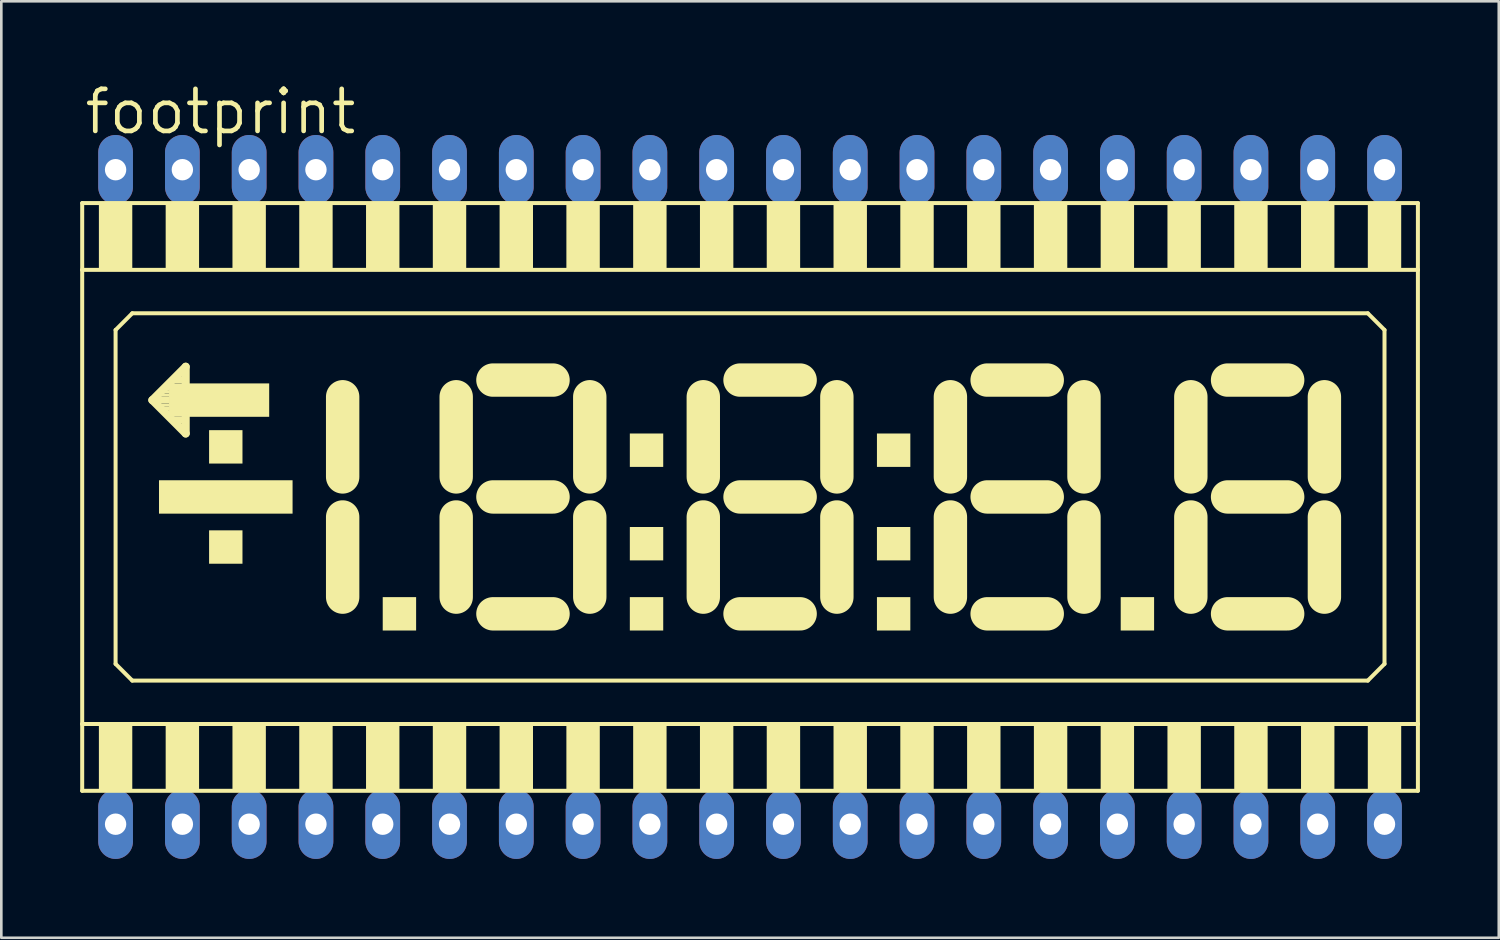
<source format=kicad_pcb>
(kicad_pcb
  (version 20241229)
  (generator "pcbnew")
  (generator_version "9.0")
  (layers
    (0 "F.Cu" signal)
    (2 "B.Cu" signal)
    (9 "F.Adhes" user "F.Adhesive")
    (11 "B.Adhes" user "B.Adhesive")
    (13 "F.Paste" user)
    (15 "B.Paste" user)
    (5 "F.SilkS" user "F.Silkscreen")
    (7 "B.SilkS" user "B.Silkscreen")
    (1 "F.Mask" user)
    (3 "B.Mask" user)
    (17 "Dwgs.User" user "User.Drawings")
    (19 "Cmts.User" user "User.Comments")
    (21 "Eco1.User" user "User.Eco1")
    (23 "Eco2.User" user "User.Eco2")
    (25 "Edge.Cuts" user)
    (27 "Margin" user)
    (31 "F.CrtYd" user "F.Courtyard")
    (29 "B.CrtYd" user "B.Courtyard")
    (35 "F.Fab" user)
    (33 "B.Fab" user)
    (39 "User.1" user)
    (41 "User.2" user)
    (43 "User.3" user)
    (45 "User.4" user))
  (footprint "footprint"
    (layer "F.Cu")
    (at 25.476 15.85)
    (property "Reference" "footprint" (at -25.4 -13.716 0) (layer "F.SilkS") (effects (font (size 1.6 1.6) (thickness 0.178)) (justify left bottom)))
    (fp_line (start -25.4 -11.176) (end -25.4 -8.636) (stroke (width 0.152) (type solid)) (layer "F.SilkS"))
    (fp_line (start -25.4 -8.636) (end -25.4 8.636) (stroke (width 0.152) (type solid)) (layer "F.SilkS"))
    (fp_line (start -25.4 -8.636) (end 25.4 -8.636) (stroke (width 0.152) (type solid)) (layer "F.SilkS"))
    (fp_line (start -25.4 8.636) (end -25.4 11.176) (stroke (width 0.152) (type solid)) (layer "F.SilkS"))
    (fp_line (start -25.4 11.176) (end 25.4 11.176) (stroke (width 0.152) (type solid)) (layer "F.SilkS"))
    (fp_line (start -24.13 -6.35) (end -24.13 6.35) (stroke (width 0.152) (type solid)) (layer "F.SilkS"))
    (fp_line (start -24.13 6.35) (end -23.495 6.985) (stroke (width 0.152) (type solid)) (layer "F.SilkS"))
    (fp_line (start -23.495 -6.985) (end -24.13 -6.35) (stroke (width 0.152) (type solid)) (layer "F.SilkS"))
    (fp_line (start -23.495 6.985) (end 23.495 6.985) (stroke (width 0.152) (type solid)) (layer "F.SilkS"))
    (fp_line (start -22.733 -3.683) (end -21.463 -4.953) (stroke (width 0.305) (type solid)) (layer "F.SilkS"))
    (fp_line (start -21.463 -4.953) (end -21.463 -2.413) (stroke (width 0.305) (type solid)) (layer "F.SilkS"))
    (fp_line (start -21.463 -2.413) (end -22.733 -3.683) (stroke (width 0.305) (type solid)) (layer "F.SilkS"))
    (fp_line (start -15.494 -0.762) (end -15.494 -3.81) (stroke (width 1.27) (type solid)) (layer "F.SilkS"))
    (fp_line (start -15.494 3.81) (end -15.494 0.762) (stroke (width 1.27) (type solid)) (layer "F.SilkS"))
    (fp_line (start -11.176 -3.81) (end -11.176 -0.762) (stroke (width 1.27) (type solid)) (layer "F.SilkS"))
    (fp_line (start -11.176 0.762) (end -11.176 3.81) (stroke (width 1.27) (type solid)) (layer "F.SilkS"))
    (fp_line (start -9.779 -4.445) (end -7.493 -4.445) (stroke (width 1.27) (type solid)) (layer "F.SilkS"))
    (fp_line (start -9.779 0) (end -7.493 0) (stroke (width 1.27) (type solid)) (layer "F.SilkS"))
    (fp_line (start -9.779 4.445) (end -7.493 4.445) (stroke (width 1.27) (type solid)) (layer "F.SilkS"))
    (fp_line (start -6.096 -0.762) (end -6.096 -3.81) (stroke (width 1.27) (type solid)) (layer "F.SilkS"))
    (fp_line (start -6.096 3.81) (end -6.096 0.762) (stroke (width 1.27) (type solid)) (layer "F.SilkS"))
    (fp_line (start -1.778 -3.81) (end -1.778 -0.762) (stroke (width 1.27) (type solid)) (layer "F.SilkS"))
    (fp_line (start -1.778 0.762) (end -1.778 3.81) (stroke (width 1.27) (type solid)) (layer "F.SilkS"))
    (fp_line (start -0.381 -4.445) (end 1.905 -4.445) (stroke (width 1.27) (type solid)) (layer "F.SilkS"))
    (fp_line (start -0.381 0) (end 1.905 0) (stroke (width 1.27) (type solid)) (layer "F.SilkS"))
    (fp_line (start -0.381 4.445) (end 1.905 4.445) (stroke (width 1.27) (type solid)) (layer "F.SilkS"))
    (fp_line (start 3.302 -0.762) (end 3.302 -3.81) (stroke (width 1.27) (type solid)) (layer "F.SilkS"))
    (fp_line (start 3.302 3.81) (end 3.302 0.762) (stroke (width 1.27) (type solid)) (layer "F.SilkS"))
    (fp_line (start 7.62 -3.81) (end 7.62 -0.762) (stroke (width 1.27) (type solid)) (layer "F.SilkS"))
    (fp_line (start 7.62 0.762) (end 7.62 3.81) (stroke (width 1.27) (type solid)) (layer "F.SilkS"))
    (fp_line (start 9.017 -4.445) (end 11.303 -4.445) (stroke (width 1.27) (type solid)) (layer "F.SilkS"))
    (fp_line (start 9.017 0) (end 11.303 0) (stroke (width 1.27) (type solid)) (layer "F.SilkS"))
    (fp_line (start 9.017 4.445) (end 11.303 4.445) (stroke (width 1.27) (type solid)) (layer "F.SilkS"))
    (fp_line (start 12.7 -0.762) (end 12.7 -3.81) (stroke (width 1.27) (type solid)) (layer "F.SilkS"))
    (fp_line (start 12.7 3.81) (end 12.7 0.762) (stroke (width 1.27) (type solid)) (layer "F.SilkS"))
    (fp_line (start 16.764 -3.81) (end 16.764 -0.762) (stroke (width 1.27) (type solid)) (layer "F.SilkS"))
    (fp_line (start 16.764 0.762) (end 16.764 3.81) (stroke (width 1.27) (type solid)) (layer "F.SilkS"))
    (fp_line (start 18.161 -4.445) (end 20.447 -4.445) (stroke (width 1.27) (type solid)) (layer "F.SilkS"))
    (fp_line (start 18.161 0) (end 20.447 0) (stroke (width 1.27) (type solid)) (layer "F.SilkS"))
    (fp_line (start 18.161 4.445) (end 20.447 4.445) (stroke (width 1.27) (type solid)) (layer "F.SilkS"))
    (fp_line (start 21.844 -0.762) (end 21.844 -3.81) (stroke (width 1.27) (type solid)) (layer "F.SilkS"))
    (fp_line (start 21.844 3.81) (end 21.844 0.762) (stroke (width 1.27) (type solid)) (layer "F.SilkS"))
    (fp_line (start 23.495 -6.985) (end -23.495 -6.985) (stroke (width 0.152) (type solid)) (layer "F.SilkS"))
    (fp_line (start 23.495 6.985) (end 24.13 6.35) (stroke (width 0.152) (type solid)) (layer "F.SilkS"))
    (fp_line (start 24.13 -6.35) (end 23.495 -6.985) (stroke (width 0.152) (type solid)) (layer "F.SilkS"))
    (fp_line (start 24.13 6.35) (end 24.13 -6.35) (stroke (width 0.152) (type solid)) (layer "F.SilkS"))
    (fp_line (start 25.4 -11.176) (end -25.4 -11.176) (stroke (width 0.152) (type solid)) (layer "F.SilkS"))
    (fp_line (start 25.4 -8.636) (end 25.4 -11.176) (stroke (width 0.152) (type solid)) (layer "F.SilkS"))
    (fp_line (start 25.4 8.636) (end -25.4 8.636) (stroke (width 0.152) (type solid)) (layer "F.SilkS"))
    (fp_line (start 25.4 8.636) (end 25.4 -8.636) (stroke (width 0.152) (type solid)) (layer "F.SilkS"))
    (fp_line (start 25.4 11.176) (end 25.4 8.636) (stroke (width 0.152) (type solid)) (layer "F.SilkS"))
    (fp_poly (pts (xy -24.765 -8.636) (xy -23.495 -8.636) (xy -23.495 -11.176) (xy -24.765 -11.176)) (stroke (width 0) (type solid)) (fill yes) (layer "F.SilkS"))
    (fp_poly (pts (xy -24.765 11.176) (xy -23.495 11.176) (xy -23.495 8.636) (xy -24.765 8.636)) (stroke (width 0) (type solid)) (fill yes) (layer "F.SilkS"))
    (fp_poly (pts (xy -22.606 -3.556) (xy -22.098 -3.556) (xy -22.098 -3.81) (xy -22.606 -3.81)) (stroke (width 0) (type solid)) (fill yes) (layer "F.SilkS"))
    (fp_poly (pts (xy -22.479 -3.81) (xy -22.098 -3.81) (xy -22.098 -3.937) (xy -22.479 -3.937)) (stroke (width 0) (type solid)) (fill yes) (layer "F.SilkS"))
    (fp_poly (pts (xy -22.479 -3.429) (xy -22.098 -3.429) (xy -22.098 -3.556) (xy -22.479 -3.556)) (stroke (width 0) (type solid)) (fill yes) (layer "F.SilkS"))
    (fp_poly (pts (xy -22.479 0.635) (xy -17.399 0.635) (xy -17.399 -0.635) (xy -22.479 -0.635)) (stroke (width 0) (type solid)) (fill yes) (layer "F.SilkS"))
    (fp_poly (pts (xy -22.352 -3.937) (xy -22.098 -3.937) (xy -22.098 -4.064) (xy -22.352 -4.064)) (stroke (width 0) (type solid)) (fill yes) (layer "F.SilkS"))
    (fp_poly (pts (xy -22.352 -3.302) (xy -22.098 -3.302) (xy -22.098 -3.429) (xy -22.352 -3.429)) (stroke (width 0) (type solid)) (fill yes) (layer "F.SilkS"))
    (fp_poly (pts (xy -22.225 -8.636) (xy -20.955 -8.636) (xy -20.955 -11.176) (xy -22.225 -11.176)) (stroke (width 0) (type solid)) (fill yes) (layer "F.SilkS"))
    (fp_poly (pts (xy -22.225 -4.064) (xy -22.098 -4.064) (xy -22.098 -4.191) (xy -22.225 -4.191)) (stroke (width 0) (type solid)) (fill yes) (layer "F.SilkS"))
    (fp_poly (pts (xy -22.225 -3.175) (xy -22.098 -3.175) (xy -22.098 -3.302) (xy -22.225 -3.302)) (stroke (width 0) (type solid)) (fill yes) (layer "F.SilkS"))
    (fp_poly (pts (xy -22.225 11.176) (xy -20.955 11.176) (xy -20.955 8.636) (xy -22.225 8.636)) (stroke (width 0) (type solid)) (fill yes) (layer "F.SilkS"))
    (fp_poly (pts (xy -22.098 -3.048) (xy -18.288 -3.048) (xy -18.288 -4.318) (xy -22.098 -4.318)) (stroke (width 0) (type solid)) (fill yes) (layer "F.SilkS"))
    (fp_poly (pts (xy -21.971 -4.318) (xy -21.463 -4.318) (xy -21.463 -4.572) (xy -21.971 -4.572)) (stroke (width 0) (type solid)) (fill yes) (layer "F.SilkS"))
    (fp_poly (pts (xy -21.971 -2.794) (xy -21.463 -2.794) (xy -21.463 -3.048) (xy -21.971 -3.048)) (stroke (width 0) (type solid)) (fill yes) (layer "F.SilkS"))
    (fp_poly (pts (xy -21.717 -4.572) (xy -21.463 -4.572) (xy -21.463 -4.699) (xy -21.717 -4.699)) (stroke (width 0) (type solid)) (fill yes) (layer "F.SilkS"))
    (fp_poly (pts (xy -21.717 -2.667) (xy -21.463 -2.667) (xy -21.463 -2.794) (xy -21.717 -2.794)) (stroke (width 0) (type solid)) (fill yes) (layer "F.SilkS"))
    (fp_poly (pts (xy -20.574 -1.27) (xy -19.304 -1.27) (xy -19.304 -2.54) (xy -20.574 -2.54)) (stroke (width 0) (type solid)) (fill yes) (layer "F.SilkS"))
    (fp_poly (pts (xy -20.574 2.54) (xy -19.304 2.54) (xy -19.304 1.27) (xy -20.574 1.27)) (stroke (width 0) (type solid)) (fill yes) (layer "F.SilkS"))
    (fp_poly (pts (xy -19.685 -8.636) (xy -18.415 -8.636) (xy -18.415 -11.176) (xy -19.685 -11.176)) (stroke (width 0) (type solid)) (fill yes) (layer "F.SilkS"))
    (fp_poly (pts (xy -19.685 11.176) (xy -18.415 11.176) (xy -18.415 8.636) (xy -19.685 8.636)) (stroke (width 0) (type solid)) (fill yes) (layer "F.SilkS"))
    (fp_poly (pts (xy -17.145 -8.636) (xy -15.875 -8.636) (xy -15.875 -11.176) (xy -17.145 -11.176)) (stroke (width 0) (type solid)) (fill yes) (layer "F.SilkS"))
    (fp_poly (pts (xy -17.145 11.176) (xy -15.875 11.176) (xy -15.875 8.636) (xy -17.145 8.636)) (stroke (width 0) (type solid)) (fill yes) (layer "F.SilkS"))
    (fp_poly (pts (xy -14.605 -8.636) (xy -13.335 -8.636) (xy -13.335 -11.176) (xy -14.605 -11.176)) (stroke (width 0) (type solid)) (fill yes) (layer "F.SilkS"))
    (fp_poly (pts (xy -14.605 11.176) (xy -13.335 11.176) (xy -13.335 8.636) (xy -14.605 8.636)) (stroke (width 0) (type solid)) (fill yes) (layer "F.SilkS"))
    (fp_poly (pts (xy -13.97 5.08) (xy -12.7 5.08) (xy -12.7 3.81) (xy -13.97 3.81)) (stroke (width 0) (type solid)) (fill yes) (layer "F.SilkS"))
    (fp_poly (pts (xy -12.065 -8.636) (xy -10.795 -8.636) (xy -10.795 -11.176) (xy -12.065 -11.176)) (stroke (width 0) (type solid)) (fill yes) (layer "F.SilkS"))
    (fp_poly (pts (xy -12.065 11.176) (xy -10.795 11.176) (xy -10.795 8.636) (xy -12.065 8.636)) (stroke (width 0) (type solid)) (fill yes) (layer "F.SilkS"))
    (fp_poly (pts (xy -9.525 -8.636) (xy -8.255 -8.636) (xy -8.255 -11.176) (xy -9.525 -11.176)) (stroke (width 0) (type solid)) (fill yes) (layer "F.SilkS"))
    (fp_poly (pts (xy -9.525 11.176) (xy -8.255 11.176) (xy -8.255 8.636) (xy -9.525 8.636)) (stroke (width 0) (type solid)) (fill yes) (layer "F.SilkS"))
    (fp_poly (pts (xy -6.985 -8.636) (xy -5.715 -8.636) (xy -5.715 -11.176) (xy -6.985 -11.176)) (stroke (width 0) (type solid)) (fill yes) (layer "F.SilkS"))
    (fp_poly (pts (xy -6.985 11.176) (xy -5.715 11.176) (xy -5.715 8.636) (xy -6.985 8.636)) (stroke (width 0) (type solid)) (fill yes) (layer "F.SilkS"))
    (fp_poly (pts (xy -4.572 -1.143) (xy -3.302 -1.143) (xy -3.302 -2.413) (xy -4.572 -2.413)) (stroke (width 0) (type solid)) (fill yes) (layer "F.SilkS"))
    (fp_poly (pts (xy -4.572 2.413) (xy -3.302 2.413) (xy -3.302 1.143) (xy -4.572 1.143)) (stroke (width 0) (type solid)) (fill yes) (layer "F.SilkS"))
    (fp_poly (pts (xy -4.572 5.08) (xy -3.302 5.08) (xy -3.302 3.81) (xy -4.572 3.81)) (stroke (width 0) (type solid)) (fill yes) (layer "F.SilkS"))
    (fp_poly (pts (xy -4.445 -8.636) (xy -3.175 -8.636) (xy -3.175 -11.176) (xy -4.445 -11.176)) (stroke (width 0) (type solid)) (fill yes) (layer "F.SilkS"))
    (fp_poly (pts (xy -4.445 11.176) (xy -3.175 11.176) (xy -3.175 8.636) (xy -4.445 8.636)) (stroke (width 0) (type solid)) (fill yes) (layer "F.SilkS"))
    (fp_poly (pts (xy -1.905 -8.636) (xy -0.635 -8.636) (xy -0.635 -11.176) (xy -1.905 -11.176)) (stroke (width 0) (type solid)) (fill yes) (layer "F.SilkS"))
    (fp_poly (pts (xy -1.905 11.176) (xy -0.635 11.176) (xy -0.635 8.636) (xy -1.905 8.636)) (stroke (width 0) (type solid)) (fill yes) (layer "F.SilkS"))
    (fp_poly (pts (xy 0.635 -8.636) (xy 1.905 -8.636) (xy 1.905 -11.176) (xy 0.635 -11.176)) (stroke (width 0) (type solid)) (fill yes) (layer "F.SilkS"))
    (fp_poly (pts (xy 0.635 11.176) (xy 1.905 11.176) (xy 1.905 8.636) (xy 0.635 8.636)) (stroke (width 0) (type solid)) (fill yes) (layer "F.SilkS"))
    (fp_poly (pts (xy 3.175 -8.636) (xy 4.445 -8.636) (xy 4.445 -11.176) (xy 3.175 -11.176)) (stroke (width 0) (type solid)) (fill yes) (layer "F.SilkS"))
    (fp_poly (pts (xy 3.175 11.176) (xy 4.445 11.176) (xy 4.445 8.636) (xy 3.175 8.636)) (stroke (width 0) (type solid)) (fill yes) (layer "F.SilkS"))
    (fp_poly (pts (xy 4.826 -1.143) (xy 6.096 -1.143) (xy 6.096 -2.413) (xy 4.826 -2.413)) (stroke (width 0) (type solid)) (fill yes) (layer "F.SilkS"))
    (fp_poly (pts (xy 4.826 2.413) (xy 6.096 2.413) (xy 6.096 1.143) (xy 4.826 1.143)) (stroke (width 0) (type solid)) (fill yes) (layer "F.SilkS"))
    (fp_poly (pts (xy 4.826 5.08) (xy 6.096 5.08) (xy 6.096 3.81) (xy 4.826 3.81)) (stroke (width 0) (type solid)) (fill yes) (layer "F.SilkS"))
    (fp_poly (pts (xy 5.715 -8.636) (xy 6.985 -8.636) (xy 6.985 -11.176) (xy 5.715 -11.176)) (stroke (width 0) (type solid)) (fill yes) (layer "F.SilkS"))
    (fp_poly (pts (xy 5.715 11.176) (xy 6.985 11.176) (xy 6.985 8.636) (xy 5.715 8.636)) (stroke (width 0) (type solid)) (fill yes) (layer "F.SilkS"))
    (fp_poly (pts (xy 8.255 -8.636) (xy 9.525 -8.636) (xy 9.525 -11.176) (xy 8.255 -11.176)) (stroke (width 0) (type solid)) (fill yes) (layer "F.SilkS"))
    (fp_poly (pts (xy 8.255 11.176) (xy 9.525 11.176) (xy 9.525 8.636) (xy 8.255 8.636)) (stroke (width 0) (type solid)) (fill yes) (layer "F.SilkS"))
    (fp_poly (pts (xy 10.795 -8.636) (xy 12.065 -8.636) (xy 12.065 -11.176) (xy 10.795 -11.176)) (stroke (width 0) (type solid)) (fill yes) (layer "F.SilkS"))
    (fp_poly (pts (xy 10.795 11.176) (xy 12.065 11.176) (xy 12.065 8.636) (xy 10.795 8.636)) (stroke (width 0) (type solid)) (fill yes) (layer "F.SilkS"))
    (fp_poly (pts (xy 13.335 -8.636) (xy 14.605 -8.636) (xy 14.605 -11.176) (xy 13.335 -11.176)) (stroke (width 0) (type solid)) (fill yes) (layer "F.SilkS"))
    (fp_poly (pts (xy 13.335 11.176) (xy 14.605 11.176) (xy 14.605 8.636) (xy 13.335 8.636)) (stroke (width 0) (type solid)) (fill yes) (layer "F.SilkS"))
    (fp_poly (pts (xy 14.097 5.08) (xy 15.367 5.08) (xy 15.367 3.81) (xy 14.097 3.81)) (stroke (width 0) (type solid)) (fill yes) (layer "F.SilkS"))
    (fp_poly (pts (xy 15.875 -8.636) (xy 17.145 -8.636) (xy 17.145 -11.176) (xy 15.875 -11.176)) (stroke (width 0) (type solid)) (fill yes) (layer "F.SilkS"))
    (fp_poly (pts (xy 15.875 11.176) (xy 17.145 11.176) (xy 17.145 8.636) (xy 15.875 8.636)) (stroke (width 0) (type solid)) (fill yes) (layer "F.SilkS"))
    (fp_poly (pts (xy 18.415 -8.636) (xy 19.685 -8.636) (xy 19.685 -11.176) (xy 18.415 -11.176)) (stroke (width 0) (type solid)) (fill yes) (layer "F.SilkS"))
    (fp_poly (pts (xy 18.415 11.176) (xy 19.685 11.176) (xy 19.685 8.636) (xy 18.415 8.636)) (stroke (width 0) (type solid)) (fill yes) (layer "F.SilkS"))
    (fp_poly (pts (xy 20.955 -8.636) (xy 22.225 -8.636) (xy 22.225 -11.176) (xy 20.955 -11.176)) (stroke (width 0) (type solid)) (fill yes) (layer "F.SilkS"))
    (fp_poly (pts (xy 20.955 11.176) (xy 22.225 11.176) (xy 22.225 8.636) (xy 20.955 8.636)) (stroke (width 0) (type solid)) (fill yes) (layer "F.SilkS"))
    (fp_poly (pts (xy 23.495 -8.636) (xy 24.765 -8.636) (xy 24.765 -11.176) (xy 23.495 -11.176)) (stroke (width 0) (type solid)) (fill yes) (layer "F.SilkS"))
    (fp_poly (pts (xy 23.495 11.176) (xy 24.765 11.176) (xy 24.765 8.636) (xy 23.495 8.636)) (stroke (width 0) (type solid)) (fill yes) (layer "F.SilkS"))
    (pad "1" thru_hole oval (at -24.13 12.446 90) (size 2.642 1.321) (drill 0.813) (layers "*.Cu" "*.Mask"))
    (pad "2" thru_hole oval (at -21.59 12.446 90) (size 2.642 1.321) (drill 0.813) (layers "*.Cu" "*.Mask"))
    (pad "3" thru_hole oval (at -19.05 12.446 90) (size 2.642 1.321) (drill 0.813) (layers "*.Cu" "*.Mask"))
    (pad "4" thru_hole oval (at -16.51 12.446 90) (size 2.642 1.321) (drill 0.813) (layers "*.Cu" "*.Mask"))
    (pad "5" thru_hole oval (at -13.97 12.446 90) (size 2.642 1.321) (drill 0.813) (layers "*.Cu" "*.Mask"))
    (pad "6" thru_hole oval (at -11.43 12.446 90) (size 2.642 1.321) (drill 0.813) (layers "*.Cu" "*.Mask"))
    (pad "7" thru_hole oval (at -8.89 12.446 90) (size 2.642 1.321) (drill 0.813) (layers "*.Cu" "*.Mask"))
    (pad "8" thru_hole oval (at -6.35 12.446 90) (size 2.642 1.321) (drill 0.813) (layers "*.Cu" "*.Mask"))
    (pad "9" thru_hole oval (at -3.81 12.446 90) (size 2.642 1.321) (drill 0.813) (layers "*.Cu" "*.Mask"))
    (pad "10" thru_hole oval (at -1.27 12.446 90) (size 2.642 1.321) (drill 0.813) (layers "*.Cu" "*.Mask"))
    (pad "11" thru_hole oval (at 1.27 12.446 90) (size 2.642 1.321) (drill 0.813) (layers "*.Cu" "*.Mask"))
    (pad "12" thru_hole oval (at 3.81 12.446 90) (size 2.642 1.321) (drill 0.813) (layers "*.Cu" "*.Mask"))
    (pad "13" thru_hole oval (at 6.35 12.446 90) (size 2.642 1.321) (drill 0.813) (layers "*.Cu" "*.Mask"))
    (pad "14" thru_hole oval (at 8.89 12.446 90) (size 2.642 1.321) (drill 0.813) (layers "*.Cu" "*.Mask"))
    (pad "15" thru_hole oval (at 11.43 12.446 90) (size 2.642 1.321) (drill 0.813) (layers "*.Cu" "*.Mask"))
    (pad "16" thru_hole oval (at 13.97 12.446 90) (size 2.642 1.321) (drill 0.813) (layers "*.Cu" "*.Mask"))
    (pad "17" thru_hole oval (at 16.51 12.446 90) (size 2.642 1.321) (drill 0.813) (layers "*.Cu" "*.Mask"))
    (pad "18" thru_hole oval (at 19.05 12.446 90) (size 2.642 1.321) (drill 0.813) (layers "*.Cu" "*.Mask"))
    (pad "19" thru_hole oval (at 21.59 12.446 90) (size 2.642 1.321) (drill 0.813) (layers "*.Cu" "*.Mask"))
    (pad "20" thru_hole oval (at 24.13 12.446 90) (size 2.642 1.321) (drill 0.813) (layers "*.Cu" "*.Mask"))
    (pad "21" thru_hole oval (at 24.13 -12.446 90) (size 2.642 1.321) (drill 0.813) (layers "*.Cu" "*.Mask"))
    (pad "22" thru_hole oval (at 21.59 -12.446 90) (size 2.642 1.321) (drill 0.813) (layers "*.Cu" "*.Mask"))
    (pad "23" thru_hole oval (at 19.05 -12.446 90) (size 2.642 1.321) (drill 0.813) (layers "*.Cu" "*.Mask"))
    (pad "24" thru_hole oval (at 16.51 -12.446 90) (size 2.642 1.321) (drill 0.813) (layers "*.Cu" "*.Mask"))
    (pad "25" thru_hole oval (at 13.97 -12.446 90) (size 2.642 1.321) (drill 0.813) (layers "*.Cu" "*.Mask"))
    (pad "26" thru_hole oval (at 11.43 -12.446 90) (size 2.642 1.321) (drill 0.813) (layers "*.Cu" "*.Mask"))
    (pad "27" thru_hole oval (at 8.89 -12.446 90) (size 2.642 1.321) (drill 0.813) (layers "*.Cu" "*.Mask"))
    (pad "28" thru_hole oval (at 6.35 -12.446 90) (size 2.642 1.321) (drill 0.813) (layers "*.Cu" "*.Mask"))
    (pad "29" thru_hole oval (at 3.81 -12.446 90) (size 2.642 1.321) (drill 0.813) (layers "*.Cu" "*.Mask"))
    (pad "30" thru_hole oval (at 1.27 -12.446 90) (size 2.642 1.321) (drill 0.813) (layers "*.Cu" "*.Mask"))
    (pad "31" thru_hole oval (at -1.27 -12.446 90) (size 2.642 1.321) (drill 0.813) (layers "*.Cu" "*.Mask"))
    (pad "32" thru_hole oval (at -3.81 -12.446 90) (size 2.642 1.321) (drill 0.813) (layers "*.Cu" "*.Mask"))
    (pad "33" thru_hole oval (at -6.35 -12.446 90) (size 2.642 1.321) (drill 0.813) (layers "*.Cu" "*.Mask"))
    (pad "34" thru_hole oval (at -8.89 -12.446 90) (size 2.642 1.321) (drill 0.813) (layers "*.Cu" "*.Mask"))
    (pad "35" thru_hole oval (at -11.43 -12.446 90) (size 2.642 1.321) (drill 0.813) (layers "*.Cu" "*.Mask"))
    (pad "36" thru_hole oval (at -13.97 -12.446 90) (size 2.642 1.321) (drill 0.813) (layers "*.Cu" "*.Mask"))
    (pad "37" thru_hole oval (at -16.51 -12.446 90) (size 2.642 1.321) (drill 0.813) (layers "*.Cu" "*.Mask"))
    (pad "38" thru_hole oval (at -19.05 -12.446 90) (size 2.642 1.321) (drill 0.813) (layers "*.Cu" "*.Mask"))
    (pad "39" thru_hole oval (at -21.59 -12.446 90) (size 2.642 1.321) (drill 0.813) (layers "*.Cu" "*.Mask"))
    (pad "40" thru_hole oval (at -24.13 -12.446 90) (size 2.642 1.321) (drill 0.813) (layers "*.Cu" "*.Mask")))
  (gr_rect
    (start -3 -3)
    (end 53.952 32.616)
    (stroke (width 0.1) (type default))
    (fill no)
    (layer "Edge.Cuts")))
</source>
